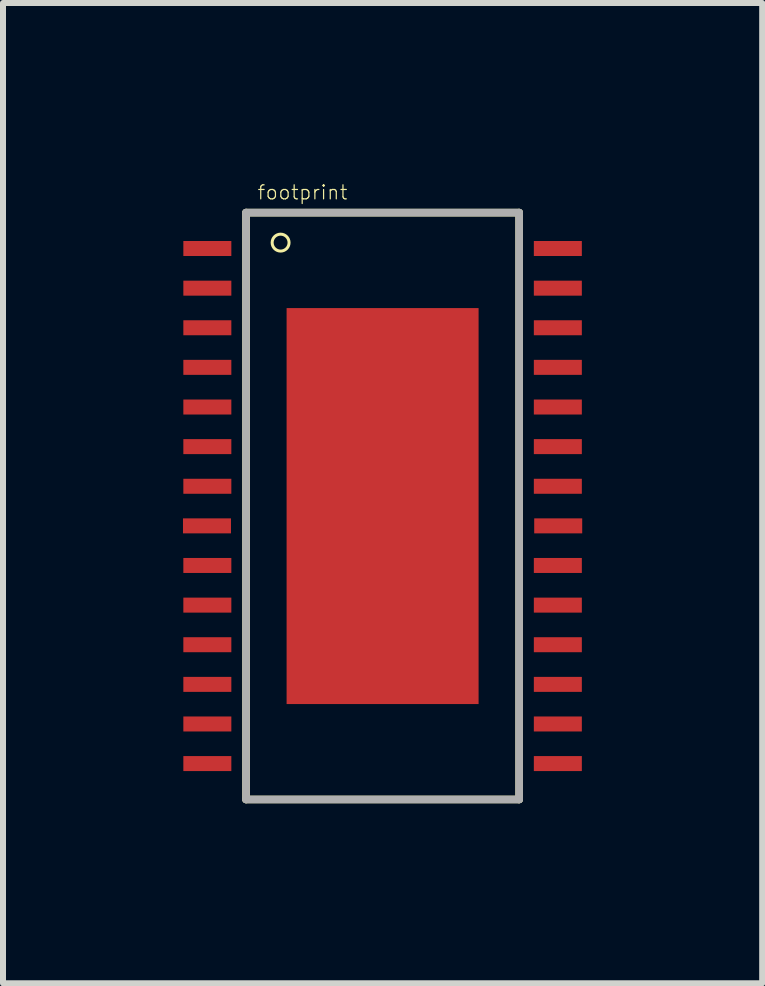
<source format=kicad_pcb>
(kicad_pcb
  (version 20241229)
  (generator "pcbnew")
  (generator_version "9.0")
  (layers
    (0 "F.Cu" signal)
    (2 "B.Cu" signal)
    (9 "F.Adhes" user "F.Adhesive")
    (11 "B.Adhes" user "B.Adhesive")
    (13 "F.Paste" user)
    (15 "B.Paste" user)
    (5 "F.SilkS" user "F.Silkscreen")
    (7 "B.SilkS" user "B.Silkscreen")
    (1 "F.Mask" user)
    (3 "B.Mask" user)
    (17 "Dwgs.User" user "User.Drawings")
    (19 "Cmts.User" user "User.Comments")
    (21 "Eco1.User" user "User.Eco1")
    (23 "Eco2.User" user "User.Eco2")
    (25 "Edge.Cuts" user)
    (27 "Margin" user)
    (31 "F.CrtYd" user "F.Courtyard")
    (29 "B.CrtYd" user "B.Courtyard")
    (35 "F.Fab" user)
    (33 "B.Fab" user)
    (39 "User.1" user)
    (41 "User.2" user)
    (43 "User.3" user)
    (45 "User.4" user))
  (footprint "footprint"
    (layer "F.Cu")
    (at 3.327 5.39)
    (property "Reference" "footprint" (at -2.1 -5.096 0) (layer "F.SilkS") (effects (font (size 0.234 0.234) (thickness 0.02)) (justify left bottom)))
    (fp_line (start -2.276 -4.896) (end 2.276 -4.896) (stroke (width 0.127) (type solid)) (layer "F.SilkS"))
    (fp_line (start -2.276 4.885) (end -2.276 -4.896) (stroke (width 0.127) (type solid)) (layer "F.SilkS"))
    (fp_line (start 2.276 -4.896) (end 2.276 4.885) (stroke (width 0.127) (type solid)) (layer "F.SilkS"))
    (fp_line (start 2.276 4.885) (end -2.276 4.885) (stroke (width 0.127) (type solid)) (layer "F.SilkS"))
    (fp_circle (center -1.7 -4.396) (end -1.559 -4.396) (stroke (width 0.05) (type solid)) (fill no) (layer "F.SilkS"))
    (fp_poly (pts (xy 0.814 0.814) (xy -0.814 0.814) (xy -0.814 -0.814) (xy 0.814 -0.814)) (stroke (width 0) (type solid)) (fill yes) (layer "F.Paste"))
    (fp_line (start -2.276 -4.896) (end -2.276 4.885) (stroke (width 0.127) (type solid)) (layer "F.Fab"))
    (fp_line (start -2.276 4.885) (end 2.276 4.885) (stroke (width 0.127) (type solid)) (layer "F.Fab"))
    (fp_line (start 2.276 -4.896) (end -2.276 -4.896) (stroke (width 0.127) (type solid)) (layer "F.Fab"))
    (fp_line (start 2.276 4.885) (end 2.276 -4.896) (stroke (width 0.127) (type solid)) (layer "F.Fab"))
    (pad "1" smd rect (at -2.921 -4.298) (size 0.8 0.25) (layers "F.Cu" "F.Mask" "F.Paste"))
    (pad "2" smd rect (at -2.921 -3.637) (size 0.8 0.25) (layers "F.Cu" "F.Mask" "F.Paste"))
    (pad "3" smd rect (at -2.921 -2.977) (size 0.8 0.25) (layers "F.Cu" "F.Mask" "F.Paste"))
    (pad "4" smd rect (at -2.921 -2.317) (size 0.8 0.25) (layers "F.Cu" "F.Mask" "F.Paste"))
    (pad "5" smd rect (at -2.921 -1.656) (size 0.8 0.25) (layers "F.Cu" "F.Mask" "F.Paste"))
    (pad "6" smd rect (at -2.921 -0.996) (size 0.8 0.25) (layers "F.Cu" "F.Mask" "F.Paste"))
    (pad "7" smd rect (at -2.921 -0.335) (size 0.8 0.25) (layers "F.Cu" "F.Mask" "F.Paste"))
    (pad "8" smd rect (at -2.927 0.325) (size 0.8 0.25) (layers "F.Cu" "F.Mask" "F.Paste"))
    (pad "9" smd rect (at -2.921 0.985) (size 0.8 0.25) (layers "F.Cu" "F.Mask" "F.Paste"))
    (pad "10" smd rect (at -2.921 1.646) (size 0.8 0.25) (layers "F.Cu" "F.Mask" "F.Paste"))
    (pad "11" smd rect (at -2.921 2.306) (size 0.8 0.25) (layers "F.Cu" "F.Mask" "F.Paste"))
    (pad "12" smd rect (at -2.921 2.967) (size 0.8 0.25) (layers "F.Cu" "F.Mask" "F.Paste"))
    (pad "13" smd rect (at -2.921 3.627) (size 0.8 0.25) (layers "F.Cu" "F.Mask" "F.Paste"))
    (pad "14" smd rect (at -2.921 4.287) (size 0.8 0.25) (layers "F.Cu" "F.Mask" "F.Paste"))
    (pad "15" smd rect (at 2.921 4.287) (size 0.8 0.25) (layers "F.Cu" "F.Mask" "F.Paste"))
    (pad "16" smd rect (at 2.921 3.627) (size 0.8 0.25) (layers "F.Cu" "F.Mask" "F.Paste"))
    (pad "17" smd rect (at 2.921 2.967) (size 0.8 0.25) (layers "F.Cu" "F.Mask" "F.Paste"))
    (pad "18" smd rect (at 2.921 2.306) (size 0.8 0.25) (layers "F.Cu" "F.Mask" "F.Paste"))
    (pad "19" smd rect (at 2.921 1.646) (size 0.8 0.25) (layers "F.Cu" "F.Mask" "F.Paste"))
    (pad "20" smd rect (at 2.921 0.985) (size 0.8 0.25) (layers "F.Cu" "F.Mask" "F.Paste"))
    (pad "21" smd rect (at 2.927 0.325) (size 0.8 0.25) (layers "F.Cu" "F.Mask" "F.Paste"))
    (pad "22" smd rect (at 2.921 -0.335) (size 0.8 0.25) (layers "F.Cu" "F.Mask" "F.Paste"))
    (pad "23" smd rect (at 2.921 -0.996) (size 0.8 0.25) (layers "F.Cu" "F.Mask" "F.Paste"))
    (pad "24" smd rect (at 2.921 -1.656) (size 0.8 0.25) (layers "F.Cu" "F.Mask" "F.Paste"))
    (pad "25" smd rect (at 2.921 -2.317) (size 0.8 0.25) (layers "F.Cu" "F.Mask" "F.Paste"))
    (pad "26" smd rect (at 2.921 -2.977) (size 0.8 0.25) (layers "F.Cu" "F.Mask" "F.Paste"))
    (pad "27" smd rect (at 2.921 -3.637) (size 0.8 0.25) (layers "F.Cu" "F.Mask" "F.Paste"))
    (pad "28" smd rect (at 2.921 -4.298) (size 0.8 0.25) (layers "F.Cu" "F.Mask" "F.Paste"))
    (pad "29" smd rect (at 0 -0.005 90) (size 6.6 3.2) (layers "F.Cu" "F.Mask")))
  (gr_rect
    (start -3 -3)
    (end 9.654 13.339)
    (stroke (width 0.1) (type default))
    (fill no)
    (layer "Edge.Cuts")))
</source>
